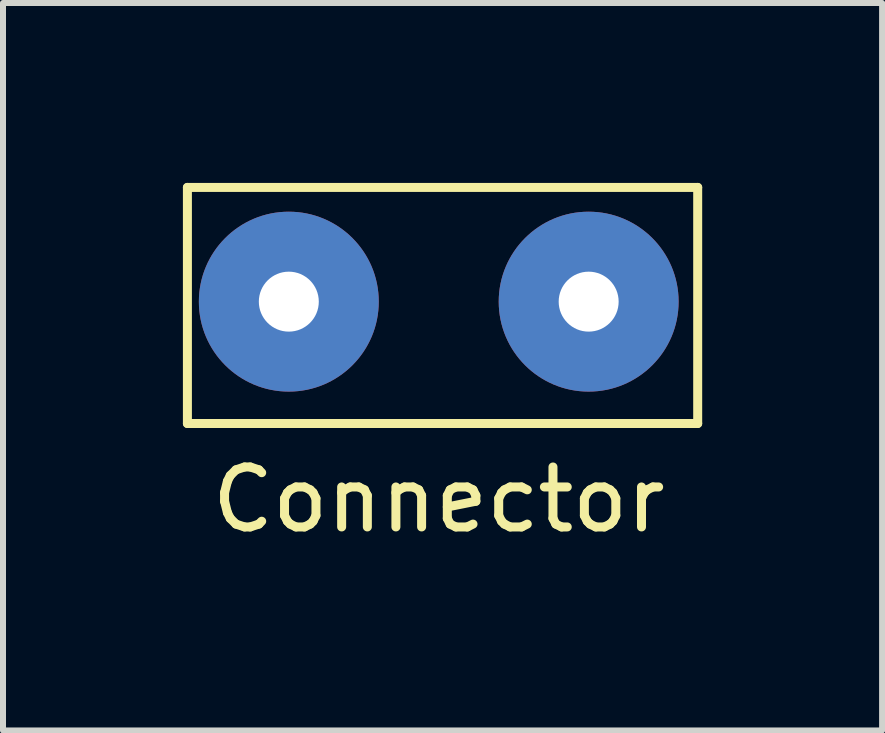
<source format=kicad_pcb>
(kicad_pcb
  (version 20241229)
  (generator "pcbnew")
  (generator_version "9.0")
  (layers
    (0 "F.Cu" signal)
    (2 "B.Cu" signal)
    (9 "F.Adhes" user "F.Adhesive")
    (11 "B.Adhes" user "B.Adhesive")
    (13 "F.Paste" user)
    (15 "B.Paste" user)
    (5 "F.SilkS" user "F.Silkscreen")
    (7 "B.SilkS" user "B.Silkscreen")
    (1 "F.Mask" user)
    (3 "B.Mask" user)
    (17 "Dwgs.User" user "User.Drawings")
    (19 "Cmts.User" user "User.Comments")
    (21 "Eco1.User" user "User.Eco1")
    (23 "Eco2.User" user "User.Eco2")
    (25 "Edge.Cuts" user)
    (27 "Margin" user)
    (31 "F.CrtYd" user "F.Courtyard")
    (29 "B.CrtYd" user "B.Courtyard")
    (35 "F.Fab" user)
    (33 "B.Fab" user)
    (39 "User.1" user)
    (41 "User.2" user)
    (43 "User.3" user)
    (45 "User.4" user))
  (footprint "Connector"
    (layer "F.Cu")
    (at 4.266 1.98)
    (property "Reference" "Connector" (at 0 3.302 0) (layer "F.SilkS") (effects (font (size 1 1) (thickness 0.15))))
    (attr through_hole)
    (fp_line (start -4.191 -1.905) (end 4.318 -1.905) (stroke (width 0.15) (type solid)) (layer "F.SilkS"))
    (fp_line (start -4.191 2.032) (end -4.191 -1.905) (stroke (width 0.15) (type solid)) (layer "F.SilkS"))
    (fp_line (start 4.318 -1.905) (end 4.318 2.032) (stroke (width 0.15) (type solid)) (layer "F.SilkS"))
    (fp_line (start 4.318 2.032) (end -4.191 2.032) (stroke (width 0.15) (type solid)) (layer "F.SilkS"))
    (pad "1" thru_hole circle (at -2.5 0) (size 3 3) (drill 1) (layers "*.Cu" "*.Mask"))
    (pad "2" thru_hole circle (at 2.5 0) (size 3 3) (drill 1) (layers "*.Cu" "*.Mask")))
  (gr_rect
    (start -3 -3)
    (end 11.659 9.13)
    (stroke (width 0.1) (type default))
    (fill no)
    (layer "Edge.Cuts")))
</source>
